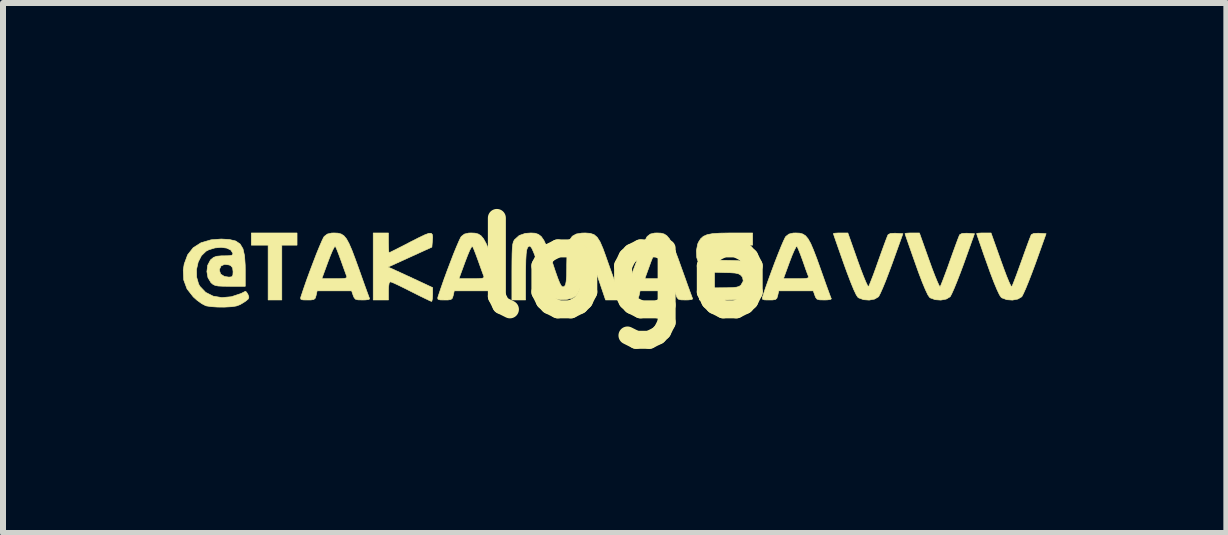
<source format=kicad_pcb>
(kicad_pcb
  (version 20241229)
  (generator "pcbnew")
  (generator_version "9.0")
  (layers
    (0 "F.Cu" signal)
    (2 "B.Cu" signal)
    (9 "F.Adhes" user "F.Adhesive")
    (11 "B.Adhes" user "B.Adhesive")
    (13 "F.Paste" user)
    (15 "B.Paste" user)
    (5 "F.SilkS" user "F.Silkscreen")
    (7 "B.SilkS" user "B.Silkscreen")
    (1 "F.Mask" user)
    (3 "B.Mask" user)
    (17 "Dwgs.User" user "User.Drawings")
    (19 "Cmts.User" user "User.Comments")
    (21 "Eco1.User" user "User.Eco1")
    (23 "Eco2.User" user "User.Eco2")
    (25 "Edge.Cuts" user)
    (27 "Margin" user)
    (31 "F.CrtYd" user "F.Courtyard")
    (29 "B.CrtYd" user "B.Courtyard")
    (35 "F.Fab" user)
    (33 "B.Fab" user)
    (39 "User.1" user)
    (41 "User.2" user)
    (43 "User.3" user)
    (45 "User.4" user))
  (footprint "logo"
    (layer "F.Cu")
    (at 7.338 1.418)
    (property "Reference" "logo" (at 0 0 0) (layer "F.SilkS") (effects (font (size 1.524 1.524) (thickness 0.3))))
    (attr through_hole)
    (fp_poly (pts (xy -5.436 -0.381) (xy -5.69 -0.381) (xy -5.69 0.533) (xy -5.918 0.533) (xy -5.918 -0.381) (xy -6.198 -0.381) (xy -6.198 -0.584) (xy -5.436 -0.584) (xy -5.436 -0.381)) (stroke (width 0.01) (type solid)) (fill yes) (layer "F.SilkS"))
    (fp_poly (pts (xy -3.912 -0.419) (xy -3.91 -0.335) (xy -3.907 -0.276) (xy -3.902 -0.254) (xy -3.878 -0.265) (xy -3.816 -0.296) (xy -3.725 -0.342) (xy -3.613 -0.399) (xy -3.547 -0.434) (xy -3.407 -0.505) (xy -3.307 -0.553) (xy -3.24 -0.578) (xy -3.2 -0.579) (xy -3.18 -0.557) (xy -3.175 -0.512) (xy -3.18 -0.444) (xy -3.18 -0.444) (xy -3.188 -0.348) (xy -3.553 -0.182) (xy -3.918 -0.016) (xy -3.794 0.04) (xy -3.717 0.075) (xy -3.611 0.124) (xy -3.492 0.179) (xy -3.423 0.211) (xy -3.175 0.327) (xy -3.175 0.443) (xy -3.179 0.511) (xy -3.188 0.552) (xy -3.194 0.557) (xy -3.222 0.546) (xy -3.287 0.515) (xy -3.38 0.47) (xy -3.491 0.414) (xy -3.531 0.394) (xy -3.648 0.335) (xy -3.75 0.285) (xy -3.828 0.249) (xy -3.874 0.231) (xy -3.88 0.23) (xy -3.9 0.249) (xy -3.91 0.313) (xy -3.912 0.381) (xy -3.912 0.533) (xy -4.166 0.533) (xy -4.166 -0.584) (xy -3.912 -0.584) (xy -3.912 -0.419)) (stroke (width 0.01) (type solid)) (fill yes) (layer "F.SilkS"))
    (fp_poly (pts (xy 3.747 -0.584) (xy 3.909 -0.126) (xy 3.96 0.015) (xy 4.007 0.137) (xy 4.046 0.231) (xy 4.075 0.292) (xy 4.09 0.313) (xy 4.091 0.313) (xy 4.105 0.283) (xy 4.133 0.213) (xy 4.172 0.113) (xy 4.217 -0.011) (xy 4.254 -0.116) (xy 4.303 -0.253) (xy 4.347 -0.374) (xy 4.383 -0.471) (xy 4.408 -0.535) (xy 4.418 -0.556) (xy 4.457 -0.576) (xy 4.534 -0.58) (xy 4.551 -0.579) (xy 4.665 -0.572) (xy 4.485 -0.072) (xy 4.428 0.081) (xy 4.375 0.22) (xy 4.326 0.338) (xy 4.287 0.425) (xy 4.261 0.475) (xy 4.257 0.48) (xy 4.193 0.518) (xy 4.103 0.535) (xy 4.009 0.528) (xy 3.93 0.499) (xy 3.915 0.489) (xy 3.887 0.448) (xy 3.846 0.362) (xy 3.794 0.235) (xy 3.732 0.072) (xy 3.684 -0.06) (xy 3.631 -0.21) (xy 3.584 -0.344) (xy 3.546 -0.453) (xy 3.519 -0.531) (xy 3.506 -0.571) (xy 3.505 -0.574) (xy 3.528 -0.58) (xy 3.586 -0.584) (xy 3.626 -0.584) (xy 3.747 -0.584)) (stroke (width 0.01) (type solid)) (fill yes) (layer "F.SilkS"))
    (fp_poly (pts (xy 4.94 -0.584) (xy 5.103 -0.126) (xy 5.154 0.015) (xy 5.201 0.137) (xy 5.24 0.231) (xy 5.268 0.292) (xy 5.284 0.313) (xy 5.285 0.313) (xy 5.299 0.283) (xy 5.327 0.213) (xy 5.365 0.113) (xy 5.411 -0.011) (xy 5.448 -0.116) (xy 5.497 -0.253) (xy 5.541 -0.374) (xy 5.577 -0.471) (xy 5.602 -0.535) (xy 5.612 -0.556) (xy 5.651 -0.576) (xy 5.728 -0.58) (xy 5.745 -0.579) (xy 5.858 -0.572) (xy 5.679 -0.072) (xy 5.622 0.081) (xy 5.568 0.22) (xy 5.52 0.338) (xy 5.481 0.425) (xy 5.455 0.475) (xy 5.451 0.48) (xy 5.387 0.518) (xy 5.297 0.535) (xy 5.202 0.528) (xy 5.123 0.499) (xy 5.109 0.489) (xy 5.081 0.448) (xy 5.04 0.362) (xy 4.987 0.235) (xy 4.925 0.072) (xy 4.878 -0.06) (xy 4.825 -0.21) (xy 4.778 -0.344) (xy 4.74 -0.453) (xy 4.713 -0.531) (xy 4.7 -0.571) (xy 4.699 -0.574) (xy 4.722 -0.58) (xy 4.78 -0.584) (xy 4.82 -0.584) (xy 4.94 -0.584)) (stroke (width 0.01) (type solid)) (fill yes) (layer "F.SilkS"))
    (fp_poly (pts (xy 6.134 -0.584) (xy 6.297 -0.126) (xy 6.348 0.015) (xy 6.394 0.137) (xy 6.433 0.231) (xy 6.462 0.292) (xy 6.478 0.313) (xy 6.478 0.313) (xy 6.493 0.283) (xy 6.521 0.213) (xy 6.559 0.113) (xy 6.604 -0.011) (xy 6.642 -0.116) (xy 6.691 -0.253) (xy 6.735 -0.374) (xy 6.771 -0.471) (xy 6.796 -0.535) (xy 6.805 -0.556) (xy 6.845 -0.576) (xy 6.922 -0.58) (xy 6.938 -0.579) (xy 7.052 -0.572) (xy 6.873 -0.072) (xy 6.816 0.081) (xy 6.762 0.22) (xy 6.714 0.338) (xy 6.675 0.425) (xy 6.649 0.475) (xy 6.645 0.48) (xy 6.58 0.518) (xy 6.491 0.535) (xy 6.396 0.528) (xy 6.317 0.499) (xy 6.303 0.489) (xy 6.275 0.448) (xy 6.234 0.362) (xy 6.181 0.235) (xy 6.119 0.072) (xy 6.072 -0.06) (xy 6.018 -0.21) (xy 5.972 -0.344) (xy 5.934 -0.453) (xy 5.907 -0.531) (xy 5.894 -0.571) (xy 5.893 -0.574) (xy 5.916 -0.58) (xy 5.974 -0.584) (xy 6.013 -0.584) (xy 6.134 -0.584)) (stroke (width 0.01) (type solid)) (fill yes) (layer "F.SilkS"))
    (fp_poly (pts (xy 2.159 -0.381) (xy 1.845 -0.381) (xy 1.711 -0.38) (xy 1.618 -0.377) (xy 1.557 -0.369) (xy 1.518 -0.357) (xy 1.493 -0.338) (xy 1.49 -0.335) (xy 1.451 -0.265) (xy 1.463 -0.198) (xy 1.488 -0.167) (xy 1.521 -0.147) (xy 1.578 -0.134) (xy 1.669 -0.128) (xy 1.768 -0.127) (xy 1.922 -0.122) (xy 2.034 -0.104) (xy 2.114 -0.071) (xy 2.17 -0.019) (xy 2.197 0.025) (xy 2.229 0.131) (xy 2.231 0.252) (xy 2.205 0.364) (xy 2.197 0.382) (xy 2.162 0.436) (xy 2.118 0.476) (xy 2.057 0.504) (xy 1.97 0.521) (xy 1.85 0.53) (xy 1.689 0.533) (xy 1.64 0.533) (xy 1.27 0.533) (xy 1.27 0.33) (xy 1.596 0.33) (xy 1.734 0.329) (xy 1.829 0.326) (xy 1.893 0.319) (xy 1.933 0.307) (xy 1.959 0.29) (xy 1.965 0.284) (xy 2.003 0.217) (xy 1.991 0.154) (xy 1.96 0.118) (xy 1.924 0.097) (xy 1.867 0.084) (xy 1.778 0.078) (xy 1.678 0.076) (xy 1.531 0.071) (xy 1.424 0.053) (xy 1.347 0.02) (xy 1.29 -0.034) (xy 1.261 -0.077) (xy 1.228 -0.173) (xy 1.222 -0.289) (xy 1.243 -0.399) (xy 1.258 -0.433) (xy 1.293 -0.488) (xy 1.338 -0.528) (xy 1.402 -0.556) (xy 1.491 -0.573) (xy 1.614 -0.581) (xy 1.779 -0.584) (xy 1.802 -0.584) (xy 2.159 -0.584) (xy 2.159 -0.381)) (stroke (width 0.01) (type solid)) (fill yes) (layer "F.SilkS"))
    (fp_poly (pts (xy -4.754 -0.581) (xy -4.701 -0.567) (xy -4.655 -0.538) (xy -4.613 -0.488) (xy -4.57 -0.41) (xy -4.522 -0.3) (xy -4.466 -0.152) (xy -4.406 0.013) (xy -4.354 0.16) (xy -4.307 0.292) (xy -4.268 0.399) (xy -4.24 0.475) (xy -4.226 0.512) (xy -4.225 0.514) (xy -4.241 0.525) (xy -4.294 0.532) (xy -4.343 0.533) (xy -4.421 0.531) (xy -4.464 0.519) (xy -4.487 0.489) (xy -4.5 0.457) (xy -4.526 0.381) (xy -5.101 0.381) (xy -5.118 0.457) (xy -5.132 0.503) (xy -5.157 0.525) (xy -5.207 0.533) (xy -5.262 0.533) (xy -5.336 0.532) (xy -5.371 0.522) (xy -5.377 0.501) (xy -5.372 0.481) (xy -5.329 0.352) (xy -5.279 0.208) (xy -5.268 0.178) (xy -5.023 0.178) (xy -4.807 0.178) (xy -4.703 0.177) (xy -4.641 0.173) (xy -4.611 0.163) (xy -4.606 0.147) (xy -4.61 0.133) (xy -4.626 0.09) (xy -4.654 0.013) (xy -4.689 -0.085) (xy -4.704 -0.127) (xy -4.74 -0.225) (xy -4.771 -0.305) (xy -4.793 -0.354) (xy -4.799 -0.363) (xy -4.814 -0.349) (xy -4.843 -0.295) (xy -4.879 -0.21) (xy -4.92 -0.103) (xy -4.92 -0.103) (xy -5.023 0.178) (xy -5.268 0.178) (xy -5.224 0.057) (xy -5.167 -0.093) (xy -5.113 -0.234) (xy -5.063 -0.356) (xy -5.022 -0.451) (xy -4.993 -0.511) (xy -4.983 -0.526) (xy -4.931 -0.566) (xy -4.859 -0.583) (xy -4.817 -0.584) (xy -4.754 -0.581)) (stroke (width 0.01) (type solid)) (fill yes) (layer "F.SilkS"))
    (fp_poly (pts (xy -2.468 -0.581) (xy -2.415 -0.567) (xy -2.369 -0.538) (xy -2.327 -0.488) (xy -2.284 -0.41) (xy -2.236 -0.3) (xy -2.18 -0.152) (xy -2.12 0.013) (xy -2.068 0.16) (xy -2.021 0.292) (xy -1.982 0.399) (xy -1.954 0.475) (xy -1.94 0.512) (xy -1.939 0.514) (xy -1.955 0.525) (xy -2.008 0.532) (xy -2.057 0.533) (xy -2.135 0.531) (xy -2.178 0.519) (xy -2.201 0.489) (xy -2.214 0.457) (xy -2.24 0.381) (xy -2.815 0.381) (xy -2.832 0.457) (xy -2.846 0.503) (xy -2.871 0.525) (xy -2.921 0.533) (xy -2.976 0.533) (xy -3.05 0.532) (xy -3.085 0.522) (xy -3.091 0.501) (xy -3.086 0.481) (xy -3.043 0.352) (xy -2.993 0.208) (xy -2.982 0.178) (xy -2.737 0.178) (xy -2.521 0.178) (xy -2.417 0.177) (xy -2.355 0.173) (xy -2.325 0.163) (xy -2.32 0.147) (xy -2.324 0.133) (xy -2.34 0.09) (xy -2.368 0.013) (xy -2.403 -0.085) (xy -2.418 -0.127) (xy -2.454 -0.225) (xy -2.485 -0.305) (xy -2.507 -0.354) (xy -2.513 -0.363) (xy -2.528 -0.349) (xy -2.557 -0.295) (xy -2.593 -0.21) (xy -2.634 -0.103) (xy -2.634 -0.103) (xy -2.737 0.178) (xy -2.982 0.178) (xy -2.938 0.057) (xy -2.881 -0.093) (xy -2.827 -0.234) (xy -2.777 -0.356) (xy -2.736 -0.451) (xy -2.707 -0.511) (xy -2.697 -0.526) (xy -2.645 -0.566) (xy -2.573 -0.583) (xy -2.531 -0.584) (xy -2.468 -0.581)) (stroke (width 0.01) (type solid)) (fill yes) (layer "F.SilkS"))
    (fp_poly (pts (xy 0.631 -0.581) (xy 0.684 -0.567) (xy 0.729 -0.538) (xy 0.772 -0.488) (xy 0.815 -0.41) (xy 0.863 -0.3) (xy 0.919 -0.152) (xy 0.978 0.013) (xy 1.031 0.16) (xy 1.078 0.292) (xy 1.117 0.399) (xy 1.145 0.475) (xy 1.159 0.512) (xy 1.16 0.514) (xy 1.144 0.525) (xy 1.09 0.532) (xy 1.042 0.533) (xy 0.964 0.531) (xy 0.921 0.519) (xy 0.897 0.489) (xy 0.885 0.457) (xy 0.859 0.381) (xy 0.283 0.381) (xy 0.267 0.457) (xy 0.253 0.503) (xy 0.228 0.525) (xy 0.177 0.533) (xy 0.123 0.533) (xy 0.049 0.532) (xy 0.014 0.522) (xy 0.008 0.501) (xy 0.013 0.481) (xy 0.056 0.352) (xy 0.106 0.208) (xy 0.117 0.178) (xy 0.362 0.178) (xy 0.577 0.178) (xy 0.682 0.177) (xy 0.744 0.173) (xy 0.774 0.163) (xy 0.779 0.147) (xy 0.775 0.133) (xy 0.759 0.09) (xy 0.731 0.013) (xy 0.696 -0.085) (xy 0.681 -0.127) (xy 0.645 -0.225) (xy 0.614 -0.305) (xy 0.591 -0.354) (xy 0.586 -0.363) (xy 0.57 -0.349) (xy 0.542 -0.295) (xy 0.506 -0.21) (xy 0.464 -0.103) (xy 0.464 -0.103) (xy 0.362 0.178) (xy 0.117 0.178) (xy 0.161 0.057) (xy 0.218 -0.093) (xy 0.272 -0.234) (xy 0.322 -0.356) (xy 0.363 -0.451) (xy 0.392 -0.511) (xy 0.402 -0.526) (xy 0.454 -0.566) (xy 0.526 -0.583) (xy 0.568 -0.584) (xy 0.631 -0.581)) (stroke (width 0.01) (type solid)) (fill yes) (layer "F.SilkS"))
    (fp_poly (pts (xy 2.943 -0.581) (xy 2.995 -0.567) (xy 3.041 -0.538) (xy 3.083 -0.488) (xy 3.127 -0.41) (xy 3.174 -0.3) (xy 3.231 -0.152) (xy 3.29 0.013) (xy 3.342 0.16) (xy 3.389 0.292) (xy 3.428 0.399) (xy 3.456 0.475) (xy 3.471 0.512) (xy 3.472 0.514) (xy 3.455 0.525) (xy 3.402 0.532) (xy 3.353 0.533) (xy 3.275 0.531) (xy 3.233 0.519) (xy 3.209 0.489) (xy 3.197 0.457) (xy 3.17 0.381) (xy 2.595 0.381) (xy 2.578 0.457) (xy 2.564 0.503) (xy 2.54 0.525) (xy 2.489 0.533) (xy 2.435 0.533) (xy 2.36 0.532) (xy 2.326 0.522) (xy 2.32 0.501) (xy 2.325 0.481) (xy 2.367 0.352) (xy 2.418 0.208) (xy 2.429 0.178) (xy 2.673 0.178) (xy 2.889 0.178) (xy 2.993 0.177) (xy 3.056 0.173) (xy 3.085 0.163) (xy 3.091 0.147) (xy 3.087 0.133) (xy 3.07 0.09) (xy 3.042 0.013) (xy 3.008 -0.085) (xy 2.993 -0.127) (xy 2.957 -0.225) (xy 2.925 -0.305) (xy 2.903 -0.354) (xy 2.897 -0.363) (xy 2.882 -0.349) (xy 2.854 -0.295) (xy 2.817 -0.21) (xy 2.776 -0.103) (xy 2.776 -0.103) (xy 2.673 0.178) (xy 2.429 0.178) (xy 2.473 0.057) (xy 2.529 -0.093) (xy 2.584 -0.234) (xy 2.633 -0.356) (xy 2.674 -0.451) (xy 2.703 -0.511) (xy 2.713 -0.526) (xy 2.765 -0.566) (xy 2.837 -0.583) (xy 2.88 -0.584) (xy 2.943 -0.581)) (stroke (width 0.01) (type solid)) (fill yes) (layer "F.SilkS"))
    (fp_poly (pts (xy -6.562 -0.475) (xy -6.458 -0.45) (xy -6.385 -0.4) (xy -6.337 -0.32) (xy -6.311 -0.204) (xy -6.3 -0.047) (xy -6.299 0.024) (xy -6.299 0.305) (xy -6.554 0.305) (xy -6.672 0.304) (xy -6.751 0.3) (xy -6.802 0.29) (xy -6.838 0.272) (xy -6.871 0.244) (xy -6.872 0.242) (xy -6.921 0.161) (xy -6.939 0.059) (xy -6.936 0.038) (xy -6.731 0.038) (xy -6.709 0.102) (xy -6.646 0.141) (xy -6.572 0.152) (xy -6.525 0.147) (xy -6.506 0.12) (xy -6.502 0.063) (xy -6.51 -0.003) (xy -6.541 -0.039) (xy -6.568 -0.051) (xy -6.644 -0.061) (xy -6.703 -0.034) (xy -6.73 0.024) (xy -6.731 0.038) (xy -6.936 0.038) (xy -6.926 -0.045) (xy -6.881 -0.131) (xy -6.872 -0.141) (xy -6.827 -0.177) (xy -6.775 -0.196) (xy -6.696 -0.203) (xy -6.654 -0.203) (xy -6.568 -0.205) (xy -6.522 -0.213) (xy -6.506 -0.23) (xy -6.507 -0.247) (xy -6.541 -0.3) (xy -6.609 -0.332) (xy -6.701 -0.344) (xy -6.804 -0.335) (xy -6.906 -0.304) (xy -6.953 -0.28) (xy -7.03 -0.205) (xy -7.084 -0.099) (xy -7.112 0.025) (xy -7.11 0.152) (xy -7.077 0.267) (xy -7.055 0.306) (xy -6.959 0.406) (xy -6.835 0.469) (xy -6.69 0.493) (xy -6.532 0.479) (xy -6.369 0.425) (xy -6.297 0.388) (xy -6.278 0.402) (xy -6.253 0.444) (xy -6.239 0.485) (xy -6.249 0.516) (xy -6.29 0.551) (xy -6.328 0.576) (xy -6.387 0.611) (xy -6.447 0.633) (xy -6.522 0.645) (xy -6.63 0.651) (xy -6.651 0.652) (xy -6.764 0.651) (xy -6.869 0.644) (xy -6.946 0.632) (xy -6.96 0.628) (xy -7.025 0.594) (xy -7.105 0.536) (xy -7.166 0.481) (xy -7.27 0.348) (xy -7.325 0.2) (xy -7.333 0.036) (xy -7.317 -0.066) (xy -7.26 -0.22) (xy -7.167 -0.338) (xy -7.037 -0.421) (xy -6.87 -0.47) (xy -6.7 -0.483) (xy -6.562 -0.475)) (stroke (width 0.01) (type solid)) (fill yes) (layer "F.SilkS"))
    (fp_poly (pts (xy -0.55 -0.578) (xy -0.485 -0.557) (xy -0.432 -0.512) (xy -0.384 -0.437) (xy -0.336 -0.326) (xy -0.292 -0.205) (xy -0.259 -0.111) (xy -0.215 0.013) (xy -0.166 0.149) (xy -0.13 0.248) (xy -0.027 0.533) (xy -0.16 0.533) (xy -0.292 0.533) (xy -0.428 0.133) (xy -0.497 -0.062) (xy -0.552 -0.209) (xy -0.596 -0.308) (xy -0.63 -0.362) (xy -0.655 -0.371) (xy -0.671 -0.335) (xy -0.681 -0.256) (xy -0.686 -0.134) (xy -0.686 -0.068) (xy -0.69 0.113) (xy -0.702 0.252) (xy -0.722 0.353) (xy -0.753 0.425) (xy -0.783 0.464) (xy -0.85 0.503) (xy -0.946 0.525) (xy -1.049 0.528) (xy -1.138 0.51) (xy -1.141 0.509) (xy -1.175 0.492) (xy -1.204 0.467) (xy -1.232 0.428) (xy -1.263 0.367) (xy -1.299 0.278) (xy -1.344 0.154) (xy -1.397 0) (xy -1.449 -0.149) (xy -1.489 -0.255) (xy -1.519 -0.323) (xy -1.543 -0.358) (xy -1.563 -0.366) (xy -1.583 -0.352) (xy -1.593 -0.34) (xy -1.606 -0.304) (xy -1.616 -0.235) (xy -1.622 -0.129) (xy -1.625 0.02) (xy -1.626 0.119) (xy -1.626 0.533) (xy -1.854 0.533) (xy -1.854 0.057) (xy -1.853 -0.113) (xy -1.851 -0.241) (xy -1.847 -0.332) (xy -1.84 -0.395) (xy -1.829 -0.437) (xy -1.815 -0.465) (xy -1.809 -0.473) (xy -1.732 -0.542) (xy -1.632 -0.577) (xy -1.537 -0.584) (xy -1.468 -0.58) (xy -1.412 -0.561) (xy -1.364 -0.524) (xy -1.32 -0.46) (xy -1.276 -0.364) (xy -1.226 -0.231) (xy -1.181 -0.1) (xy -1.129 0.057) (xy -1.088 0.172) (xy -1.057 0.249) (xy -1.032 0.295) (xy -1.011 0.314) (xy -0.991 0.313) (xy -0.975 0.302) (xy -0.959 0.275) (xy -0.949 0.22) (xy -0.942 0.13) (xy -0.94 -0.003) (xy -0.94 -0.055) (xy -0.936 -0.235) (xy -0.921 -0.37) (xy -0.893 -0.466) (xy -0.847 -0.53) (xy -0.781 -0.567) (xy -0.691 -0.582) (xy -0.632 -0.584) (xy -0.55 -0.578)) (stroke (width 0.01) (type solid)) (fill yes) (layer "F.SilkS")))
  (gr_rect
    (start -3 -3)
    (end 17.395 5.836)
    (stroke (width 0.1) (type default))
    (fill no)
    (layer "Edge.Cuts")))
</source>
